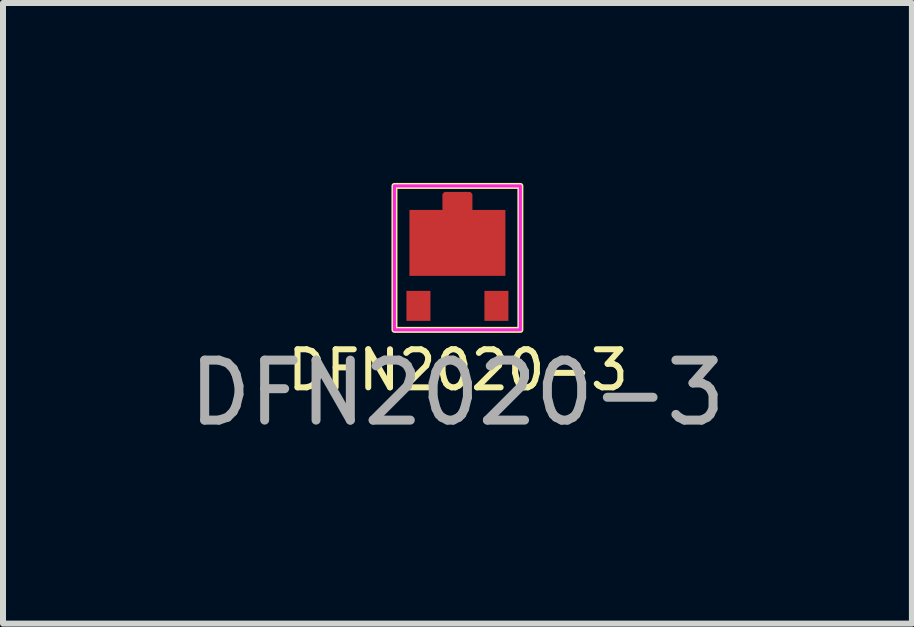
<source format=kicad_pcb>
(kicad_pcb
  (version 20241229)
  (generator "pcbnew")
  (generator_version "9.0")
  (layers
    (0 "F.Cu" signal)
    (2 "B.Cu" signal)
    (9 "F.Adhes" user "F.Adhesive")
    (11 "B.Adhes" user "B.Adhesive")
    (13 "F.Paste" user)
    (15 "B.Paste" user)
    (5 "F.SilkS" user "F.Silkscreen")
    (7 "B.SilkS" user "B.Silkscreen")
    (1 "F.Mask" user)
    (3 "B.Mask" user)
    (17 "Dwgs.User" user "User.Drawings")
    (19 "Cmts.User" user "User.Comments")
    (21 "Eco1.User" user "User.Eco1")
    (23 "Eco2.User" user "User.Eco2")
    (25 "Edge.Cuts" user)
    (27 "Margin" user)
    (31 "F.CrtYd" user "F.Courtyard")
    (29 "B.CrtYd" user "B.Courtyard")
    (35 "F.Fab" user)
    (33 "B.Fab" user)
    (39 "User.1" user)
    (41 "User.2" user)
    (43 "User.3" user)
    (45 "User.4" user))
  (footprint "DFN2020-3"
    (layer "F.Cu")
    (at 4.577 1)
    (property "Reference" "DFN2020-3" (at 0.01 2.12 0) (unlocked yes) (layer "F.SilkS") (effects (font (size 0.635 0.635) (thickness 0.1))))
    (attr smd)
    (fp_rect (start -1.05 -0.95) (end 1.05 1.45) (stroke (width 0.1) (type solid)) (fill no) (layer "F.SilkS"))
    (fp_rect (start -1.05 -0.95) (end 1.05 1.45) (stroke (width 0.05) (type solid)) (fill no) (layer "F.CrtYd"))
    (fp_text user "${REFERENCE}" (at 0 2.5 0) (unlocked yes) (layer "F.Fab") (effects (font (size 1 1) (thickness 0.15))))
    (pad "A" smd rect (at -0.65 1.05) (size 0.4 0.5) (layers "F.Cu" "F.Mask" "F.Paste"))
    (pad "A" smd rect (at 0.65 1.05) (size 0.4 0.5) (layers "F.Cu" "F.Mask" "F.Paste"))
    (pad "K" smd custom (at 0 0) (size 1.6 1.1) (layers "F.Cu" "F.Mask" "F.Paste") (options (anchor rect)) (primitives (gr_rect (start -0.2 -0.8) (end 0.2 -0.55) (width 0.1) (fill yes)))))
  (gr_rect
    (start -3 -3)
    (end 12.155 7.348)
    (stroke (width 0.1) (type default))
    (fill no)
    (layer "Edge.Cuts")))
</source>
